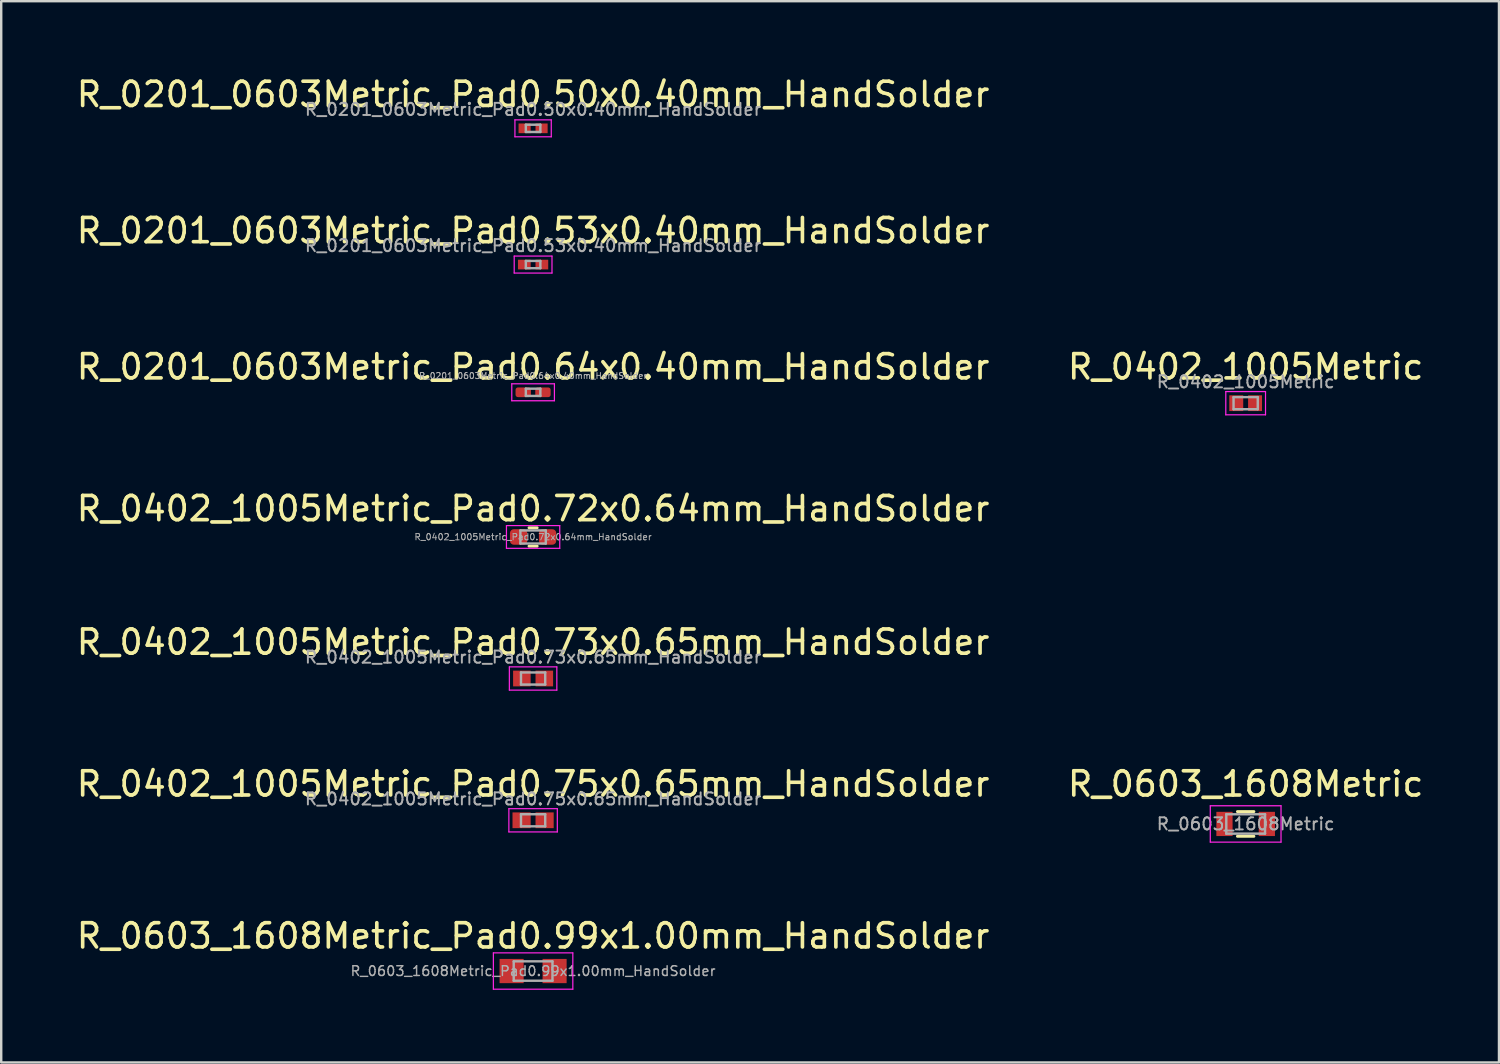
<source format=kicad_pcb>
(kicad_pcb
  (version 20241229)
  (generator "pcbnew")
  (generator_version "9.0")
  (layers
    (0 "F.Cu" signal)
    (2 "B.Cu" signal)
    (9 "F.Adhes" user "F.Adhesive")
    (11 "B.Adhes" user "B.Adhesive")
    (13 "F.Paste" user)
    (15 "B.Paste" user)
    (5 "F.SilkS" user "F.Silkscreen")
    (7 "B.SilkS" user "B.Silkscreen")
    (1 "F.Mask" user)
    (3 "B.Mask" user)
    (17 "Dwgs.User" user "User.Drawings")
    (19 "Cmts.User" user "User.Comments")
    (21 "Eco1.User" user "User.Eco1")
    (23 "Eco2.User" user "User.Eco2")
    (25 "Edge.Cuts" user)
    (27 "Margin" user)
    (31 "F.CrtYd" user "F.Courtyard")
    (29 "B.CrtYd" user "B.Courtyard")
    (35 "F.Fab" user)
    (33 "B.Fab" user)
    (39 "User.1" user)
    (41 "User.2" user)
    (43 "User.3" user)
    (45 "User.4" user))
  (footprint "R_0201_0603Metric_Pad0.53x0.40mm_HandSolder"
    (layer "F.Cu")
    (at 18.958 7.872)
    (property "Reference" "R_0201_0603Metric_Pad0.53x0.40mm_HandSolder" (at 0 -1.4 0) (layer "F.SilkS") (effects (font (size 1 1) (thickness 0.15))))
    (attr smd)
    (fp_line (start -0.78 -0.35) (end 0.78 -0.35) (stroke (width 0.05) (type solid)) (layer "F.CrtYd"))
    (fp_line (start -0.78 0.35) (end -0.78 -0.35) (stroke (width 0.05) (type solid)) (layer "F.CrtYd"))
    (fp_line (start 0.78 -0.35) (end 0.78 0.35) (stroke (width 0.05) (type solid)) (layer "F.CrtYd"))
    (fp_line (start 0.78 0.35) (end -0.78 0.35) (stroke (width 0.05) (type solid)) (layer "F.CrtYd"))
    (fp_line (start -0.3 -0.15) (end 0.3 -0.15) (stroke (width 0.1) (type solid)) (layer "F.Fab"))
    (fp_line (start -0.3 0.15) (end -0.3 -0.15) (stroke (width 0.1) (type solid)) (layer "F.Fab"))
    (fp_line (start 0.3 -0.15) (end 0.3 0.15) (stroke (width 0.1) (type solid)) (layer "F.Fab"))
    (fp_line (start 0.3 0.15) (end -0.3 0.15) (stroke (width 0.1) (type solid)) (layer "F.Fab"))
    (fp_text user "${REFERENCE}" (at 0 -0.78 0) (layer "F.Fab") (effects (font (size 0.5 0.5) (thickness 0.08))))
    (pad "1" smd rect (at -0.362 0) (size 0.525 0.4) (layers "F.Cu" "F.Mask" "F.Paste"))
    (pad "2" smd rect (at 0.362 0) (size 0.525 0.4) (layers "F.Cu" "F.Mask" "F.Paste")))
  (footprint "R_0603_1608Metric"
    (layer "F.Cu")
    (at 48.375 30.965)
    (property "Reference" "R_0603_1608Metric" (at 0 -1.65 0) (layer "F.SilkS") (effects (font (size 1 1) (thickness 0.15))))
    (attr smd)
    (fp_line (start -0.34 -0.51) (end 0.34 -0.51) (stroke (width 0.12) (type solid)) (layer "F.SilkS"))
    (fp_line (start -0.34 0.51) (end 0.34 0.51) (stroke (width 0.12) (type solid)) (layer "F.SilkS"))
    (fp_line (start -1.46 -0.75) (end 1.46 -0.75) (stroke (width 0.05) (type solid)) (layer "F.CrtYd"))
    (fp_line (start -1.46 0.75) (end -1.46 -0.75) (stroke (width 0.05) (type solid)) (layer "F.CrtYd"))
    (fp_line (start 1.46 -0.75) (end 1.46 0.75) (stroke (width 0.05) (type solid)) (layer "F.CrtYd"))
    (fp_line (start 1.46 0.75) (end -1.46 0.75) (stroke (width 0.05) (type solid)) (layer "F.CrtYd"))
    (fp_line (start -0.8 -0.4) (end 0.8 -0.4) (stroke (width 0.1) (type solid)) (layer "F.Fab"))
    (fp_line (start -0.8 0.4) (end -0.8 -0.4) (stroke (width 0.1) (type solid)) (layer "F.Fab"))
    (fp_line (start 0.8 -0.4) (end 0.8 0.4) (stroke (width 0.1) (type solid)) (layer "F.Fab"))
    (fp_line (start 0.8 0.4) (end -0.8 0.4) (stroke (width 0.1) (type solid)) (layer "F.Fab"))
    (fp_text user "${REFERENCE}" (at 0 0 0) (layer "F.Fab") (effects (font (size 0.5 0.5) (thickness 0.08))))
    (pad "1" smd rect (at -0.875 0) (size 0.67 1) (layers "F.Cu" "F.Mask" "F.Paste"))
    (pad "2" smd rect (at 0.875 0) (size 0.67 1) (layers "F.Cu" "F.Mask" "F.Paste")))
  (footprint "R_0603_1608Metric_Pad0.99x1.00mm_HandSolder"
    (layer "F.Cu")
    (at 18.958 37.038)
    (property "Reference" "R_0603_1608Metric_Pad0.99x1.00mm_HandSolder" (at 0 -1.45 0) (layer "F.SilkS") (effects (font (size 1 1) (thickness 0.15))))
    (attr smd)
    (fp_line (start -1.64 -0.75) (end 1.64 -0.75) (stroke (width 0.05) (type solid)) (layer "F.CrtYd"))
    (fp_line (start -1.64 0.75) (end -1.64 -0.75) (stroke (width 0.05) (type solid)) (layer "F.CrtYd"))
    (fp_line (start 1.64 -0.75) (end 1.64 0.75) (stroke (width 0.05) (type solid)) (layer "F.CrtYd"))
    (fp_line (start 1.64 0.75) (end -1.64 0.75) (stroke (width 0.05) (type solid)) (layer "F.CrtYd"))
    (fp_line (start -0.8 -0.4) (end 0.8 -0.4) (stroke (width 0.1) (type solid)) (layer "F.Fab"))
    (fp_line (start -0.8 0.4) (end -0.8 -0.4) (stroke (width 0.1) (type solid)) (layer "F.Fab"))
    (fp_line (start 0.8 -0.4) (end 0.8 0.4) (stroke (width 0.1) (type solid)) (layer "F.Fab"))
    (fp_line (start 0.8 0.4) (end -0.8 0.4) (stroke (width 0.1) (type solid)) (layer "F.Fab"))
    (fp_text user "${REFERENCE}" (at 0 0 0) (layer "F.Fab") (effects (font (size 0.4 0.4) (thickness 0.06))))
    (pad "1" smd rect (at -0.887 0) (size 0.995 1) (layers "F.Cu" "F.Mask" "F.Paste"))
    (pad "2" smd rect (at 0.887 0) (size 0.995 1) (layers "F.Cu" "F.Mask" "F.Paste")))
  (footprint "R_0201_0603Metric_Pad0.50x0.40mm_HandSolder"
    (layer "F.Cu")
    (at 18.958 2.248)
    (property "Reference" "R_0201_0603Metric_Pad0.50x0.40mm_HandSolder" (at 0 -1.4 0) (layer "F.SilkS") (effects (font (size 1 1) (thickness 0.15))))
    (attr smd)
    (fp_line (start -0.75 -0.35) (end 0.75 -0.35) (stroke (width 0.05) (type solid)) (layer "F.CrtYd"))
    (fp_line (start -0.75 0.35) (end -0.75 -0.35) (stroke (width 0.05) (type solid)) (layer "F.CrtYd"))
    (fp_line (start 0.75 -0.35) (end 0.75 0.35) (stroke (width 0.05) (type solid)) (layer "F.CrtYd"))
    (fp_line (start 0.75 0.35) (end -0.75 0.35) (stroke (width 0.05) (type solid)) (layer "F.CrtYd"))
    (fp_line (start -0.3 -0.15) (end 0.3 -0.15) (stroke (width 0.1) (type solid)) (layer "F.Fab"))
    (fp_line (start -0.3 0.15) (end -0.3 -0.15) (stroke (width 0.1) (type solid)) (layer "F.Fab"))
    (fp_line (start 0.3 -0.15) (end 0.3 0.15) (stroke (width 0.1) (type solid)) (layer "F.Fab"))
    (fp_line (start 0.3 0.15) (end -0.3 0.15) (stroke (width 0.1) (type solid)) (layer "F.Fab"))
    (fp_text user "${REFERENCE}" (at 0 -0.78 0) (layer "F.Fab") (effects (font (size 0.5 0.5) (thickness 0.08))))
    (pad "1" smd rect (at -0.35 0) (size 0.5 0.4) (layers "F.Cu" "F.Mask" "F.Paste"))
    (pad "2" smd rect (at 0.35 0) (size 0.5 0.4) (layers "F.Cu" "F.Mask" "F.Paste")))
  (footprint "R_0402_1005Metric_Pad0.75x0.65mm_HandSolder"
    (layer "F.Cu")
    (at 18.958 30.814)
    (property "Reference" "R_0402_1005Metric_Pad0.75x0.65mm_HandSolder" (at 0 -1.5 0) (layer "F.SilkS") (effects (font (size 1 1) (thickness 0.15))))
    (attr smd)
    (fp_line (start -1 -0.48) (end 1 -0.48) (stroke (width 0.05) (type solid)) (layer "F.CrtYd"))
    (fp_line (start -1 0.48) (end -1 -0.48) (stroke (width 0.05) (type solid)) (layer "F.CrtYd"))
    (fp_line (start 1 -0.48) (end 1 0.48) (stroke (width 0.05) (type solid)) (layer "F.CrtYd"))
    (fp_line (start 1 0.48) (end -1 0.48) (stroke (width 0.05) (type solid)) (layer "F.CrtYd"))
    (fp_line (start -0.5 -0.25) (end 0.5 -0.25) (stroke (width 0.1) (type solid)) (layer "F.Fab"))
    (fp_line (start -0.5 0.25) (end -0.5 -0.25) (stroke (width 0.1) (type solid)) (layer "F.Fab"))
    (fp_line (start 0.5 -0.25) (end 0.5 0.25) (stroke (width 0.1) (type solid)) (layer "F.Fab"))
    (fp_line (start 0.5 0.25) (end -0.5 0.25) (stroke (width 0.1) (type solid)) (layer "F.Fab"))
    (fp_text user "${REFERENCE}" (at 0 -0.88 0) (layer "F.Fab") (effects (font (size 0.5 0.5) (thickness 0.08))))
    (pad "1" smd rect (at -0.475 0) (size 0.75 0.65) (layers "F.Cu" "F.Mask" "F.Paste"))
    (pad "2" smd rect (at 0.475 0) (size 0.75 0.65) (layers "F.Cu" "F.Mask" "F.Paste")))
  (footprint "R_0201_0603Metric_Pad0.64x0.40mm_HandSolder"
    (layer "F.Cu")
    (at 18.958 13.145)
    (property "Reference" "R_0201_0603Metric_Pad0.64x0.40mm_HandSolder" (at 0 -1.05 0) (layer "F.SilkS") (effects (font (size 1 1) (thickness 0.15))))
    (attr smd)
    (fp_line (start -0.88 -0.35) (end 0.88 -0.35) (stroke (width 0.05) (type solid)) (layer "F.CrtYd"))
    (fp_line (start -0.88 0.35) (end -0.88 -0.35) (stroke (width 0.05) (type solid)) (layer "F.CrtYd"))
    (fp_line (start 0.88 -0.35) (end 0.88 0.35) (stroke (width 0.05) (type solid)) (layer "F.CrtYd"))
    (fp_line (start 0.88 0.35) (end -0.88 0.35) (stroke (width 0.05) (type solid)) (layer "F.CrtYd"))
    (fp_line (start -0.3 -0.15) (end 0.3 -0.15) (stroke (width 0.1) (type solid)) (layer "F.Fab"))
    (fp_line (start -0.3 0.15) (end -0.3 -0.15) (stroke (width 0.1) (type solid)) (layer "F.Fab"))
    (fp_line (start 0.3 -0.15) (end 0.3 0.15) (stroke (width 0.1) (type solid)) (layer "F.Fab"))
    (fp_line (start 0.3 0.15) (end -0.3 0.15) (stroke (width 0.1) (type solid)) (layer "F.Fab"))
    (fp_text user "${REFERENCE}" (at 0 -0.68 0) (layer "F.Fab") (effects (font (size 0.25 0.25) (thickness 0.04))))
    (pad "" smd roundrect (at -0.432 0) (size 0.458 0.36) (layers "F.Paste") (roundrect_rratio 0.25))
    (pad "" smd roundrect (at 0.432 0) (size 0.458 0.36) (layers "F.Paste") (roundrect_rratio 0.25))
    (pad "1" smd roundrect (at -0.407 0) (size 0.635 0.4) (layers "F.Cu" "F.Mask") (roundrect_rratio 0.25))
    (pad "2" smd roundrect (at 0.407 0) (size 0.635 0.4) (layers "F.Cu" "F.Mask") (roundrect_rratio 0.25)))
  (footprint "R_0402_1005Metric_Pad0.72x0.64mm_HandSolder"
    (layer "F.Cu")
    (at 18.958 19.118)
    (property "Reference" "R_0402_1005Metric_Pad0.72x0.64mm_HandSolder" (at 0 -1.17 0) (layer "F.SilkS") (effects (font (size 1 1) (thickness 0.15))))
    (attr smd)
    (fp_line (start -0.168 -0.38) (end 0.168 -0.38) (stroke (width 0.12) (type solid)) (layer "F.SilkS"))
    (fp_line (start -0.168 0.38) (end 0.168 0.38) (stroke (width 0.12) (type solid)) (layer "F.SilkS"))
    (fp_line (start -1.1 -0.47) (end 1.1 -0.47) (stroke (width 0.05) (type solid)) (layer "F.CrtYd"))
    (fp_line (start -1.1 0.47) (end -1.1 -0.47) (stroke (width 0.05) (type solid)) (layer "F.CrtYd"))
    (fp_line (start 1.1 -0.47) (end 1.1 0.47) (stroke (width 0.05) (type solid)) (layer "F.CrtYd"))
    (fp_line (start 1.1 0.47) (end -1.1 0.47) (stroke (width 0.05) (type solid)) (layer "F.CrtYd"))
    (fp_line (start -0.525 -0.27) (end 0.525 -0.27) (stroke (width 0.1) (type solid)) (layer "F.Fab"))
    (fp_line (start -0.525 0.27) (end -0.525 -0.27) (stroke (width 0.1) (type solid)) (layer "F.Fab"))
    (fp_line (start 0.525 -0.27) (end 0.525 0.27) (stroke (width 0.1) (type solid)) (layer "F.Fab"))
    (fp_line (start 0.525 0.27) (end -0.525 0.27) (stroke (width 0.1) (type solid)) (layer "F.Fab"))
    (fp_text user "${REFERENCE}" (at 0 0 0) (layer "F.Fab") (effects (font (size 0.26 0.26) (thickness 0.04))))
    (pad "1" smd roundrect (at -0.598 0) (size 0.715 0.64) (layers "F.Cu" "F.Mask" "F.Paste") (roundrect_rratio 0.25))
    (pad "2" smd roundrect (at 0.598 0) (size 0.715 0.64) (layers "F.Cu" "F.Mask" "F.Paste") (roundrect_rratio 0.25)))
  (footprint "R_0402_1005Metric"
    (layer "F.Cu")
    (at 48.375 13.595)
    (property "Reference" "R_0402_1005Metric" (at 0 -1.5 0) (layer "F.SilkS") (effects (font (size 1 1) (thickness 0.15))))
    (attr smd)
    (fp_line (start -0.82 -0.48) (end 0.82 -0.48) (stroke (width 0.05) (type solid)) (layer "F.CrtYd"))
    (fp_line (start -0.82 0.48) (end -0.82 -0.48) (stroke (width 0.05) (type solid)) (layer "F.CrtYd"))
    (fp_line (start 0.82 -0.48) (end 0.82 0.48) (stroke (width 0.05) (type solid)) (layer "F.CrtYd"))
    (fp_line (start 0.82 0.48) (end -0.82 0.48) (stroke (width 0.05) (type solid)) (layer "F.CrtYd"))
    (fp_line (start -0.5 -0.25) (end 0.5 -0.25) (stroke (width 0.1) (type solid)) (layer "F.Fab"))
    (fp_line (start -0.5 0.25) (end -0.5 -0.25) (stroke (width 0.1) (type solid)) (layer "F.Fab"))
    (fp_line (start 0.5 -0.25) (end 0.5 0.25) (stroke (width 0.1) (type solid)) (layer "F.Fab"))
    (fp_line (start 0.5 0.25) (end -0.5 0.25) (stroke (width 0.1) (type solid)) (layer "F.Fab"))
    (fp_text user "${REFERENCE}" (at 0 -0.88 0) (layer "F.Fab") (effects (font (size 0.5 0.5) (thickness 0.08))))
    (pad "1" smd rect (at -0.388 0) (size 0.575 0.65) (layers "F.Cu" "F.Mask" "F.Paste"))
    (pad "2" smd rect (at 0.388 0) (size 0.575 0.65) (layers "F.Cu" "F.Mask" "F.Paste")))
  (footprint "R_0402_1005Metric_Pad0.73x0.65mm_HandSolder"
    (layer "F.Cu")
    (at 18.958 24.961)
    (property "Reference" "R_0402_1005Metric_Pad0.73x0.65mm_HandSolder" (at 0 -1.5 0) (layer "F.SilkS") (effects (font (size 1 1) (thickness 0.15))))
    (attr smd)
    (fp_line (start -0.98 -0.48) (end 0.98 -0.48) (stroke (width 0.05) (type solid)) (layer "F.CrtYd"))
    (fp_line (start -0.98 0.48) (end -0.98 -0.48) (stroke (width 0.05) (type solid)) (layer "F.CrtYd"))
    (fp_line (start 0.98 -0.48) (end 0.98 0.48) (stroke (width 0.05) (type solid)) (layer "F.CrtYd"))
    (fp_line (start 0.98 0.48) (end -0.98 0.48) (stroke (width 0.05) (type solid)) (layer "F.CrtYd"))
    (fp_line (start -0.5 -0.25) (end 0.5 -0.25) (stroke (width 0.1) (type solid)) (layer "F.Fab"))
    (fp_line (start -0.5 0.25) (end -0.5 -0.25) (stroke (width 0.1) (type solid)) (layer "F.Fab"))
    (fp_line (start 0.5 -0.25) (end 0.5 0.25) (stroke (width 0.1) (type solid)) (layer "F.Fab"))
    (fp_line (start 0.5 0.25) (end -0.5 0.25) (stroke (width 0.1) (type solid)) (layer "F.Fab"))
    (fp_text user "${REFERENCE}" (at 0 -0.88 0) (layer "F.Fab") (effects (font (size 0.5 0.5) (thickness 0.08))))
    (pad "1" smd rect (at -0.463 0) (size 0.725 0.65) (layers "F.Cu" "F.Mask" "F.Paste"))
    (pad "2" smd rect (at 0.463 0) (size 0.725 0.65) (layers "F.Cu" "F.Mask" "F.Paste")))
  (gr_rect
    (start -3 -3)
    (end 58.833 40.813)
    (stroke (width 0.1) (type default))
    (fill no)
    (layer "Edge.Cuts")))
</source>
